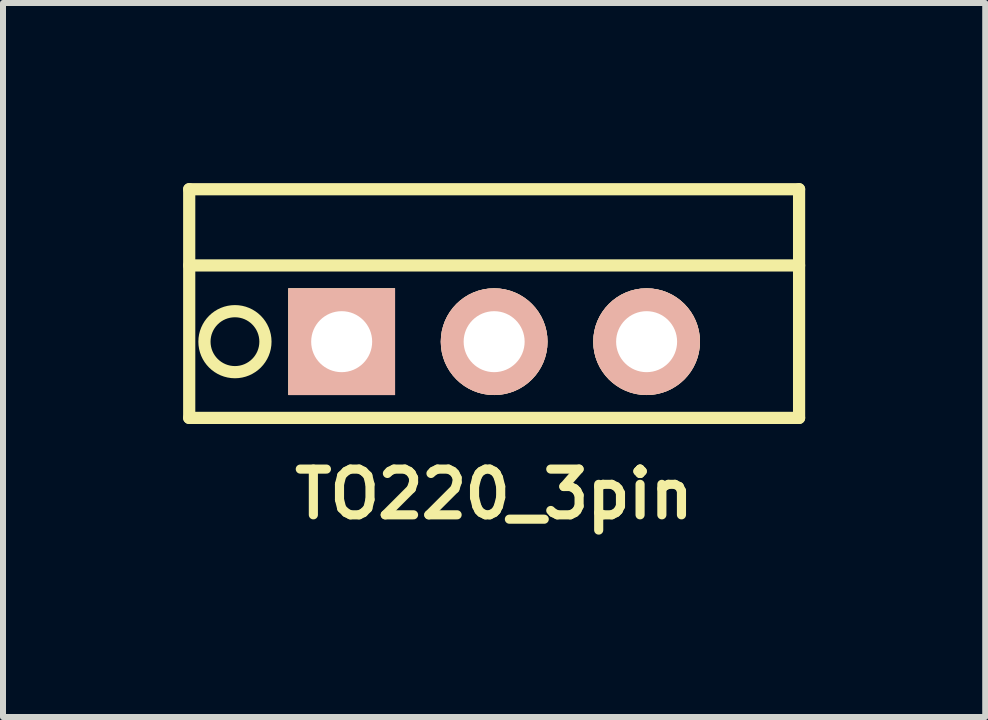
<source format=kicad_pcb>
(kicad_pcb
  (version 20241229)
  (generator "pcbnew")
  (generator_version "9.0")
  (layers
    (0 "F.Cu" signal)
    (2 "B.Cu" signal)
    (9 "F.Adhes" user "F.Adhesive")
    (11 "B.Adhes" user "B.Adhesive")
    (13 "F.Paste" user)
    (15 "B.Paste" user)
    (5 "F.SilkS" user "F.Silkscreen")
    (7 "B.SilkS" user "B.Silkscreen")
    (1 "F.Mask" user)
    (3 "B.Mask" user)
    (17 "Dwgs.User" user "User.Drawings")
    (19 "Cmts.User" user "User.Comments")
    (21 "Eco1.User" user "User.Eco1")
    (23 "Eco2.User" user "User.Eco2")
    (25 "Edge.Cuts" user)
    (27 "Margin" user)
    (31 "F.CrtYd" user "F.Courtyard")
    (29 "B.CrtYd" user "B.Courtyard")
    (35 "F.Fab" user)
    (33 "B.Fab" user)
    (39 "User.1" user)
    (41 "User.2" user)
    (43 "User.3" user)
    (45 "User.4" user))
  (footprint "TO220_3pin"
    (layer "F.Cu")
    (at 5.182 2.642)
    (property "Reference" "TO220_3pin" (at 0 2.54 0) (layer "F.SilkS") (effects (font (size 0.762 0.762) (thickness 0.152))))
    (attr through_hole)
    (fp_line (start -5.08 -2.54) (end 5.08 -2.54) (stroke (width 0.203) (type solid)) (layer "F.SilkS"))
    (fp_line (start -5.08 -1.27) (end 5.08 -1.27) (stroke (width 0.203) (type solid)) (layer "F.SilkS"))
    (fp_line (start -5.08 1.27) (end -5.08 -2.54) (stroke (width 0.203) (type solid)) (layer "F.SilkS"))
    (fp_line (start 5.08 -2.54) (end 5.08 1.27) (stroke (width 0.203) (type solid)) (layer "F.SilkS"))
    (fp_line (start 5.08 1.27) (end -5.08 1.27) (stroke (width 0.203) (type solid)) (layer "F.SilkS"))
    (fp_circle (center -4.318 0) (end -4.318 -0.508) (stroke (width 0.203) (type solid)) (fill no) (layer "F.SilkS"))
    (pad "1" thru_hole rect (at -2.54 0) (size 1.778 1.778) (drill 1.016) (layers "*.Cu" "*.SilkS" "*.Mask"))
    (pad "2" thru_hole circle (at 0 0) (size 1.778 1.778) (drill 1.016) (layers "*.Cu" "*.SilkS" "*.Mask"))
    (pad "3" thru_hole circle (at 2.54 0) (size 1.778 1.778) (drill 1.016) (layers "*.Cu" "*.SilkS" "*.Mask")))
  (gr_rect
    (start -3 -3)
    (end 13.363 8.895)
    (stroke (width 0.1) (type default))
    (fill no)
    (layer "Edge.Cuts")))
</source>
